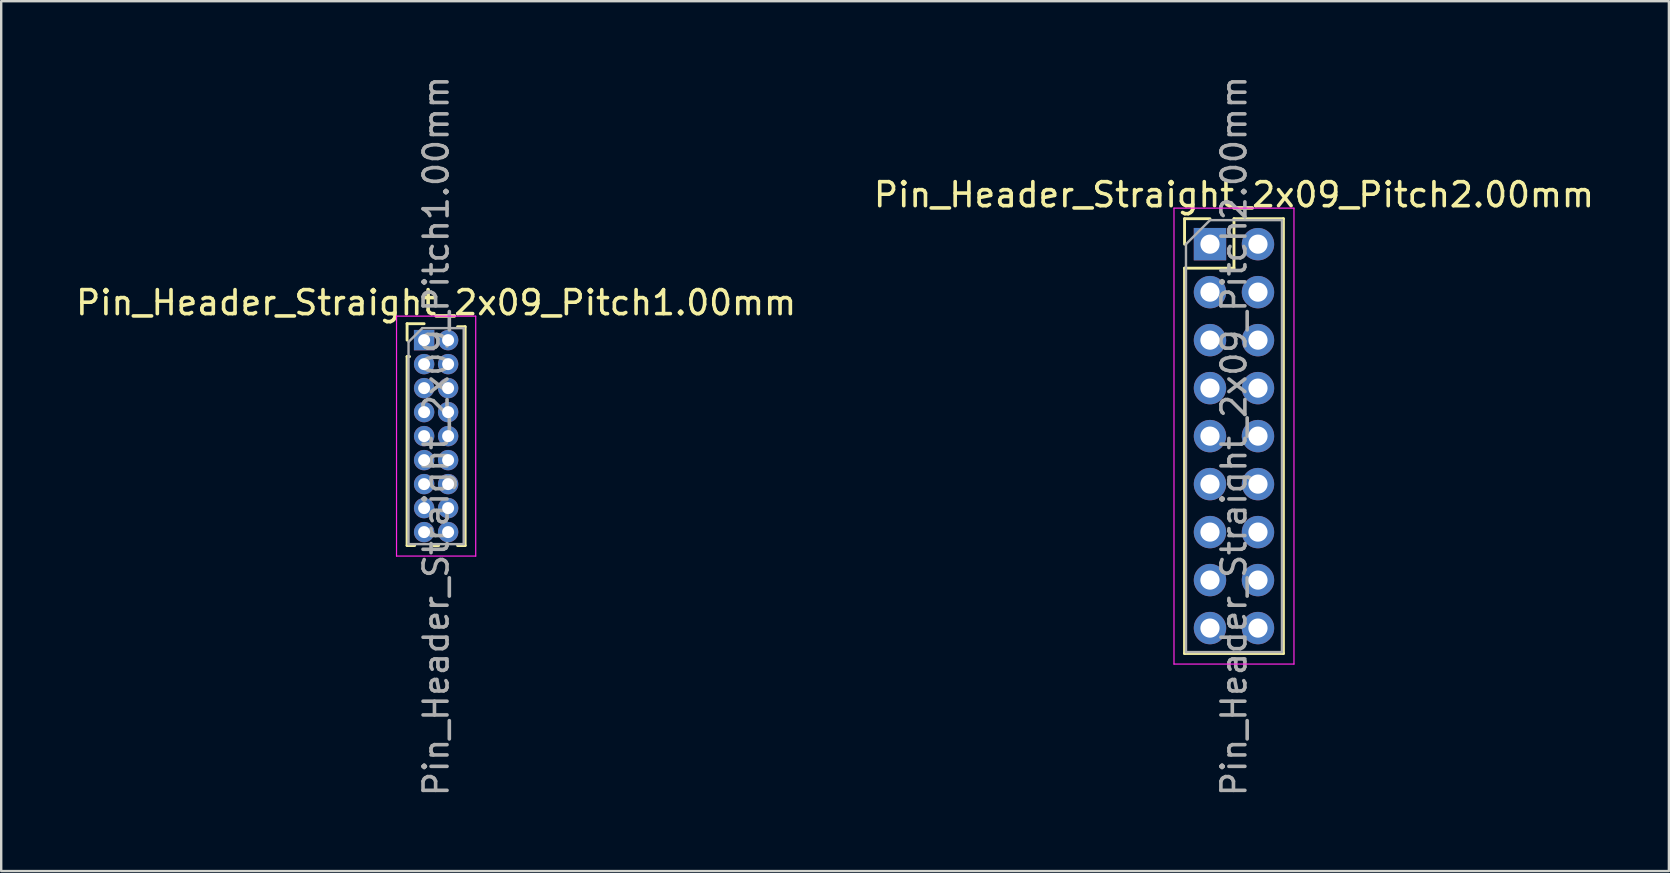
<source format=kicad_pcb>
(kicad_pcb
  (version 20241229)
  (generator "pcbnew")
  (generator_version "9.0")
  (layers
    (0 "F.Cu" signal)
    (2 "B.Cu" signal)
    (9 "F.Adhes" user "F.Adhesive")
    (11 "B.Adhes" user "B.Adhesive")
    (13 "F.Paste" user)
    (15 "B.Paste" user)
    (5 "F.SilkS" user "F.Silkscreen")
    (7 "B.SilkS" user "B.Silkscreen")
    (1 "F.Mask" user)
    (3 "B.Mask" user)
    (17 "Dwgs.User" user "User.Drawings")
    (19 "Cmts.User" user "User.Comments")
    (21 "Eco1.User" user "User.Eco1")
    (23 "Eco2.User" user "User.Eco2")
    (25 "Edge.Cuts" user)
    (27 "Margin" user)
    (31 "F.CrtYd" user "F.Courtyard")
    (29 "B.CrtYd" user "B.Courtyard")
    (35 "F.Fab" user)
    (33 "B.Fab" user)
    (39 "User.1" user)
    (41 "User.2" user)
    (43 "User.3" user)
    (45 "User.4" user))
  (footprint "Pin_Header_Straight_2x09_Pitch1.00mm"
    (layer "F.Cu")
    (at 14.625 11.125)
    (property "Reference" "Pin_Header_Straight_2x09_Pitch1.00mm" (at 0.5 -1.56 0) (layer "F.SilkS") (effects (font (size 1 1) (thickness 0.15))))
    (attr through_hole)
    (fp_line (start -0.71 -0.685) (end 0 -0.685) (stroke (width 0.12) (type solid)) (layer "F.SilkS"))
    (fp_line (start -0.71 0) (end -0.71 -0.685) (stroke (width 0.12) (type solid)) (layer "F.SilkS"))
    (fp_line (start -0.71 0.685) (end -0.71 8.56) (stroke (width 0.12) (type solid)) (layer "F.SilkS"))
    (fp_line (start -0.71 0.685) (end -0.608 0.685) (stroke (width 0.12) (type solid)) (layer "F.SilkS"))
    (fp_line (start -0.71 8.56) (end -0.394 8.56) (stroke (width 0.12) (type solid)) (layer "F.SilkS"))
    (fp_line (start 0.394 8.56) (end 0.606 8.56) (stroke (width 0.12) (type solid)) (layer "F.SilkS"))
    (fp_line (start 1.394 -0.56) (end 1.71 -0.56) (stroke (width 0.12) (type solid)) (layer "F.SilkS"))
    (fp_line (start 1.394 8.56) (end 1.71 8.56) (stroke (width 0.12) (type solid)) (layer "F.SilkS"))
    (fp_line (start 1.71 -0.56) (end 1.71 8.56) (stroke (width 0.12) (type solid)) (layer "F.SilkS"))
    (fp_line (start -1.15 -1) (end -1.15 9) (stroke (width 0.05) (type solid)) (layer "F.CrtYd"))
    (fp_line (start -1.15 9) (end 2.15 9) (stroke (width 0.05) (type solid)) (layer "F.CrtYd"))
    (fp_line (start 2.15 -1) (end -1.15 -1) (stroke (width 0.05) (type solid)) (layer "F.CrtYd"))
    (fp_line (start 2.15 9) (end 2.15 -1) (stroke (width 0.05) (type solid)) (layer "F.CrtYd"))
    (fp_line (start -0.65 0.075) (end -0.075 -0.5) (stroke (width 0.1) (type solid)) (layer "F.Fab"))
    (fp_line (start -0.65 8.5) (end -0.65 0.075) (stroke (width 0.1) (type solid)) (layer "F.Fab"))
    (fp_line (start -0.075 -0.5) (end 1.65 -0.5) (stroke (width 0.1) (type solid)) (layer "F.Fab"))
    (fp_line (start 1.65 -0.5) (end 1.65 8.5) (stroke (width 0.1) (type solid)) (layer "F.Fab"))
    (fp_line (start 1.65 8.5) (end -0.65 8.5) (stroke (width 0.1) (type solid)) (layer "F.Fab"))
    (fp_text user "${REFERENCE}" (at 0.5 4 90) (layer "F.Fab") (effects (font (size 1 1) (thickness 0.15))))
    (pad "1" thru_hole rect (at 0 0) (size 0.85 0.85) (drill 0.5) (layers "*.Cu" "*.Mask"))
    (pad "2" thru_hole oval (at 1 0) (size 0.85 0.85) (drill 0.5) (layers "*.Cu" "*.Mask"))
    (pad "3" thru_hole oval (at 0 1) (size 0.85 0.85) (drill 0.5) (layers "*.Cu" "*.Mask"))
    (pad "4" thru_hole oval (at 1 1) (size 0.85 0.85) (drill 0.5) (layers "*.Cu" "*.Mask"))
    (pad "5" thru_hole oval (at 0 2) (size 0.85 0.85) (drill 0.5) (layers "*.Cu" "*.Mask"))
    (pad "6" thru_hole oval (at 1 2) (size 0.85 0.85) (drill 0.5) (layers "*.Cu" "*.Mask"))
    (pad "7" thru_hole oval (at 0 3) (size 0.85 0.85) (drill 0.5) (layers "*.Cu" "*.Mask"))
    (pad "8" thru_hole oval (at 1 3) (size 0.85 0.85) (drill 0.5) (layers "*.Cu" "*.Mask"))
    (pad "9" thru_hole oval (at 0 4) (size 0.85 0.85) (drill 0.5) (layers "*.Cu" "*.Mask"))
    (pad "10" thru_hole oval (at 1 4) (size 0.85 0.85) (drill 0.5) (layers "*.Cu" "*.Mask"))
    (pad "11" thru_hole oval (at 0 5) (size 0.85 0.85) (drill 0.5) (layers "*.Cu" "*.Mask"))
    (pad "12" thru_hole oval (at 1 5) (size 0.85 0.85) (drill 0.5) (layers "*.Cu" "*.Mask"))
    (pad "13" thru_hole oval (at 0 6) (size 0.85 0.85) (drill 0.5) (layers "*.Cu" "*.Mask"))
    (pad "14" thru_hole oval (at 1 6) (size 0.85 0.85) (drill 0.5) (layers "*.Cu" "*.Mask"))
    (pad "15" thru_hole oval (at 0 7) (size 0.85 0.85) (drill 0.5) (layers "*.Cu" "*.Mask"))
    (pad "16" thru_hole oval (at 1 7) (size 0.85 0.85) (drill 0.5) (layers "*.Cu" "*.Mask"))
    (pad "17" thru_hole oval (at 0 8) (size 0.85 0.85) (drill 0.5) (layers "*.Cu" "*.Mask"))
    (pad "18" thru_hole oval (at 1 8) (size 0.85 0.85) (drill 0.5) (layers "*.Cu" "*.Mask")))
  (footprint "Pin_Header_Straight_2x09_Pitch2.00mm"
    (layer "F.Cu")
    (at 47.375 7.125)
    (property "Reference" "Pin_Header_Straight_2x09_Pitch2.00mm" (at 1 -2.06 0) (layer "F.SilkS") (effects (font (size 1 1) (thickness 0.15))))
    (attr through_hole)
    (fp_line (start -1.06 -1.06) (end 0 -1.06) (stroke (width 0.12) (type solid)) (layer "F.SilkS"))
    (fp_line (start -1.06 0) (end -1.06 -1.06) (stroke (width 0.12) (type solid)) (layer "F.SilkS"))
    (fp_line (start -1.06 1) (end -1.06 17.06) (stroke (width 0.12) (type solid)) (layer "F.SilkS"))
    (fp_line (start -1.06 1) (end 1 1) (stroke (width 0.12) (type solid)) (layer "F.SilkS"))
    (fp_line (start -1.06 17.06) (end 3.06 17.06) (stroke (width 0.12) (type solid)) (layer "F.SilkS"))
    (fp_line (start 1 -1.06) (end 3.06 -1.06) (stroke (width 0.12) (type solid)) (layer "F.SilkS"))
    (fp_line (start 1 1) (end 1 -1.06) (stroke (width 0.12) (type solid)) (layer "F.SilkS"))
    (fp_line (start 3.06 -1.06) (end 3.06 17.06) (stroke (width 0.12) (type solid)) (layer "F.SilkS"))
    (fp_line (start -1.5 -1.5) (end -1.5 17.5) (stroke (width 0.05) (type solid)) (layer "F.CrtYd"))
    (fp_line (start -1.5 17.5) (end 3.5 17.5) (stroke (width 0.05) (type solid)) (layer "F.CrtYd"))
    (fp_line (start 3.5 -1.5) (end -1.5 -1.5) (stroke (width 0.05) (type solid)) (layer "F.CrtYd"))
    (fp_line (start 3.5 17.5) (end 3.5 -1.5) (stroke (width 0.05) (type solid)) (layer "F.CrtYd"))
    (fp_line (start -1 0) (end 0 -1) (stroke (width 0.1) (type solid)) (layer "F.Fab"))
    (fp_line (start -1 17) (end -1 0) (stroke (width 0.1) (type solid)) (layer "F.Fab"))
    (fp_line (start 0 -1) (end 3 -1) (stroke (width 0.1) (type solid)) (layer "F.Fab"))
    (fp_line (start 3 -1) (end 3 17) (stroke (width 0.1) (type solid)) (layer "F.Fab"))
    (fp_line (start 3 17) (end -1 17) (stroke (width 0.1) (type solid)) (layer "F.Fab"))
    (fp_text user "${REFERENCE}" (at 1 8 90) (layer "F.Fab") (effects (font (size 1 1) (thickness 0.15))))
    (pad "1" thru_hole rect (at 0 0) (size 1.35 1.35) (drill 0.8) (layers "*.Cu" "*.Mask"))
    (pad "2" thru_hole oval (at 2 0) (size 1.35 1.35) (drill 0.8) (layers "*.Cu" "*.Mask"))
    (pad "3" thru_hole oval (at 0 2) (size 1.35 1.35) (drill 0.8) (layers "*.Cu" "*.Mask"))
    (pad "4" thru_hole oval (at 2 2) (size 1.35 1.35) (drill 0.8) (layers "*.Cu" "*.Mask"))
    (pad "5" thru_hole oval (at 0 4) (size 1.35 1.35) (drill 0.8) (layers "*.Cu" "*.Mask"))
    (pad "6" thru_hole oval (at 2 4) (size 1.35 1.35) (drill 0.8) (layers "*.Cu" "*.Mask"))
    (pad "7" thru_hole oval (at 0 6) (size 1.35 1.35) (drill 0.8) (layers "*.Cu" "*.Mask"))
    (pad "8" thru_hole oval (at 2 6) (size 1.35 1.35) (drill 0.8) (layers "*.Cu" "*.Mask"))
    (pad "9" thru_hole oval (at 0 8) (size 1.35 1.35) (drill 0.8) (layers "*.Cu" "*.Mask"))
    (pad "10" thru_hole oval (at 2 8) (size 1.35 1.35) (drill 0.8) (layers "*.Cu" "*.Mask"))
    (pad "11" thru_hole oval (at 0 10) (size 1.35 1.35) (drill 0.8) (layers "*.Cu" "*.Mask"))
    (pad "12" thru_hole oval (at 2 10) (size 1.35 1.35) (drill 0.8) (layers "*.Cu" "*.Mask"))
    (pad "13" thru_hole oval (at 0 12) (size 1.35 1.35) (drill 0.8) (layers "*.Cu" "*.Mask"))
    (pad "14" thru_hole oval (at 2 12) (size 1.35 1.35) (drill 0.8) (layers "*.Cu" "*.Mask"))
    (pad "15" thru_hole oval (at 0 14) (size 1.35 1.35) (drill 0.8) (layers "*.Cu" "*.Mask"))
    (pad "16" thru_hole oval (at 2 14) (size 1.35 1.35) (drill 0.8) (layers "*.Cu" "*.Mask"))
    (pad "17" thru_hole oval (at 0 16) (size 1.35 1.35) (drill 0.8) (layers "*.Cu" "*.Mask"))
    (pad "18" thru_hole oval (at 2 16) (size 1.35 1.35) (drill 0.8) (layers "*.Cu" "*.Mask")))
  (gr_rect
    (start -3 -3)
    (end 66.5 33.25)
    (stroke (width 0.1) (type default))
    (fill no)
    (layer "Edge.Cuts")))
</source>
